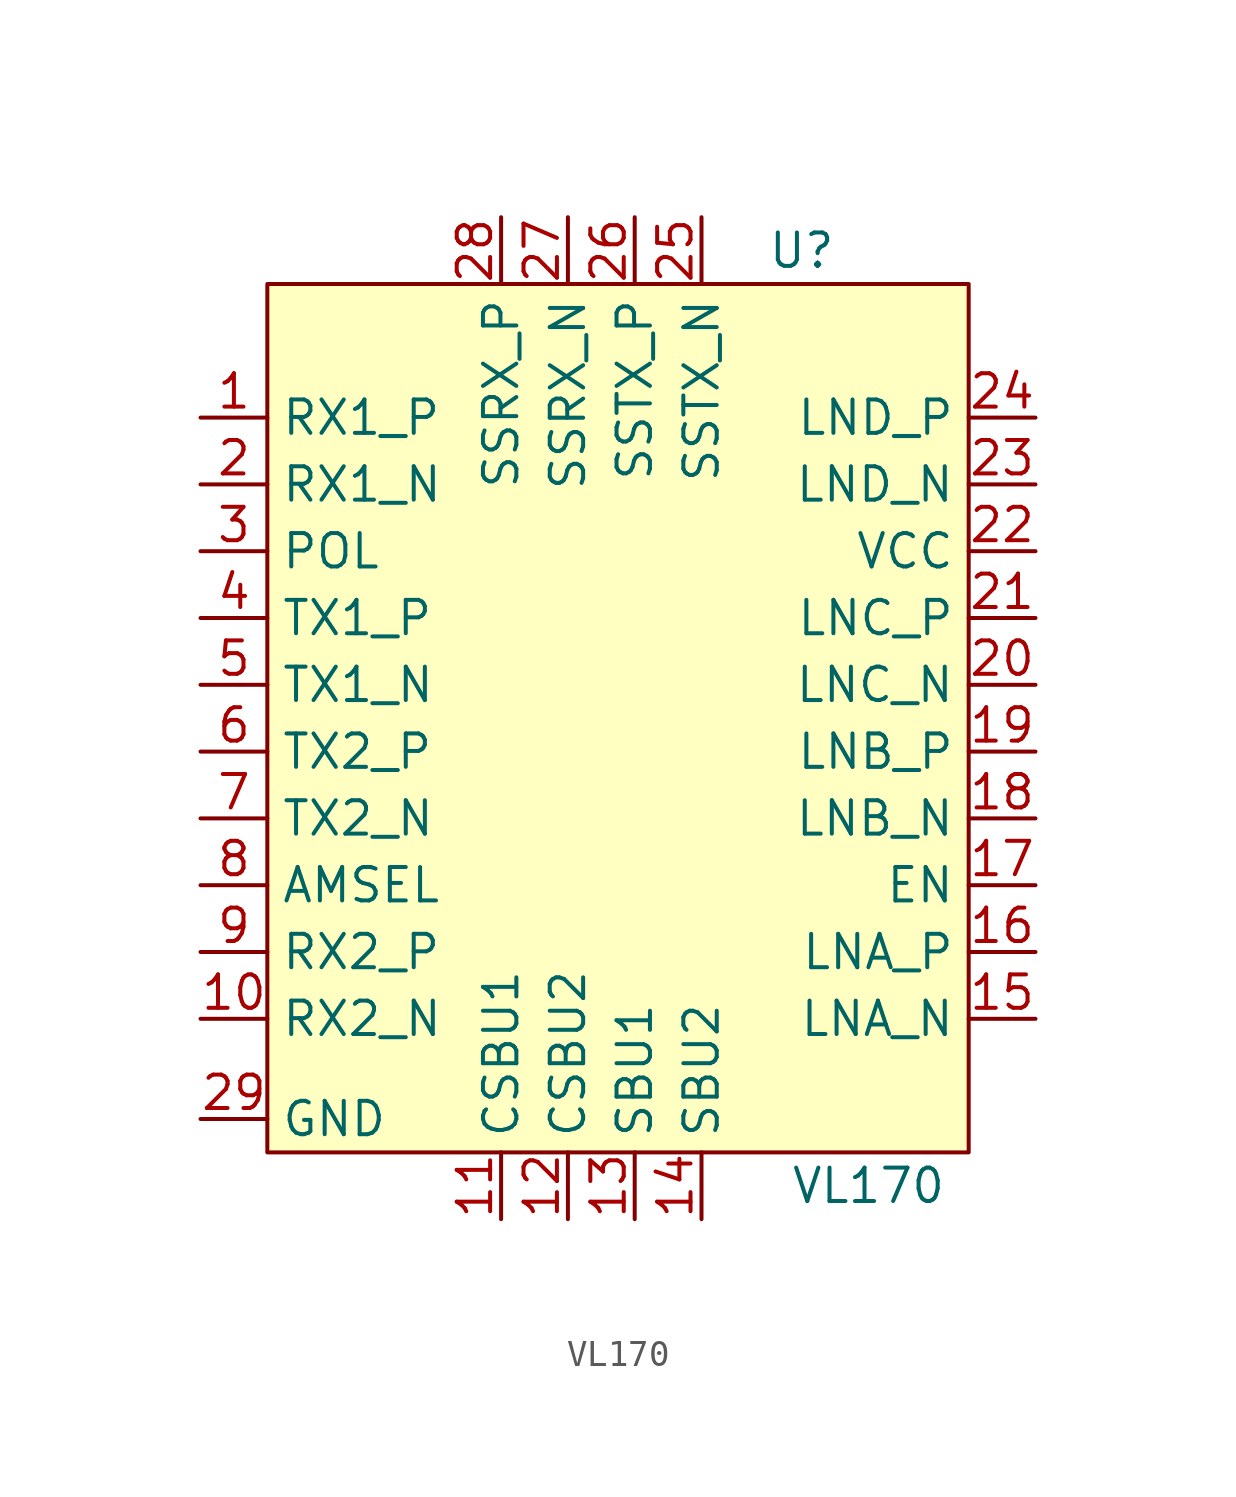
<source format=kicad_sym>
(kicad_symbol_lib
  (version 20211014)
  (generator kicad_symbol_editor)
  (symbol "VL170"
    (property "Reference" "U"
      (at 7.62 17.78 0)
      (effects (font (size 1.27 1.27))))
    (property "Value" "VL170"
      (at 10.16 -17.78 0)
      (effects (font (size 1.27 1.27))))
    (symbol "VL170_0_1"
      (rectangle (start -12.7 16.51) (end 13.97 -16.51) (stroke (width 0.152) (type default) (color 0 0 0 0)) (fill (type background))))
    (symbol "VL170_1_1"
      (pin input line (at -15.24 11.43 0) (length 2.54) (name "RX1_P" (effects (font (size 1.27 1.27)))) (number "1" (effects (font (size 1.27 1.27)))))
      (pin input line (at -15.24 -11.43 0) (length 2.54) (name "RX2_N" (effects (font (size 1.27 1.27)))) (number "10" (effects (font (size 1.27 1.27)))))
      (pin input line (at -3.81 -19.05 90) (length 2.54) (name "CSBU1" (effects (font (size 1.27 1.27)))) (number "11" (effects (font (size 1.27 1.27)))))
      (pin input line (at -1.27 -19.05 90) (length 2.54) (name "CSBU2" (effects (font (size 1.27 1.27)))) (number "12" (effects (font (size 1.27 1.27)))))
      (pin input line (at 1.27 -19.05 90) (length 2.54) (name "SBU1" (effects (font (size 1.27 1.27)))) (number "13" (effects (font (size 1.27 1.27)))))
      (pin input line (at 3.81 -19.05 90) (length 2.54) (name "SBU2" (effects (font (size 1.27 1.27)))) (number "14" (effects (font (size 1.27 1.27)))))
      (pin input line (at 16.51 -11.43 180) (length 2.54) (name "LNA_N" (effects (font (size 1.27 1.27)))) (number "15" (effects (font (size 1.27 1.27)))))
      (pin input line (at 16.51 -8.89 180) (length 2.54) (name "LNA_P" (effects (font (size 1.27 1.27)))) (number "16" (effects (font (size 1.27 1.27)))))
      (pin input line (at 16.51 -6.35 180) (length 2.54) (name "EN" (effects (font (size 1.27 1.27)))) (number "17" (effects (font (size 1.27 1.27)))))
      (pin input line (at 16.51 -3.81 180) (length 2.54) (name "LNB_N" (effects (font (size 1.27 1.27)))) (number "18" (effects (font (size 1.27 1.27)))))
      (pin input line (at 16.51 -1.27 180) (length 2.54) (name "LNB_P" (effects (font (size 1.27 1.27)))) (number "19" (effects (font (size 1.27 1.27)))))
      (pin input line (at -15.24 8.89 0) (length 2.54) (name "RX1_N" (effects (font (size 1.27 1.27)))) (number "2" (effects (font (size 1.27 1.27)))))
      (pin input line (at 16.51 1.27 180) (length 2.54) (name "LNC_N" (effects (font (size 1.27 1.27)))) (number "20" (effects (font (size 1.27 1.27)))))
      (pin input line (at 16.51 3.81 180) (length 2.54) (name "LNC_P" (effects (font (size 1.27 1.27)))) (number "21" (effects (font (size 1.27 1.27)))))
      (pin input line (at 16.51 6.35 180) (length 2.54) (name "VCC" (effects (font (size 1.27 1.27)))) (number "22" (effects (font (size 1.27 1.27)))))
      (pin input line (at 16.51 8.89 180) (length 2.54) (name "LND_N" (effects (font (size 1.27 1.27)))) (number "23" (effects (font (size 1.27 1.27)))))
      (pin input line (at 16.51 11.43 180) (length 2.54) (name "LND_P" (effects (font (size 1.27 1.27)))) (number "24" (effects (font (size 1.27 1.27)))))
      (pin input line (at 3.81 19.05 270) (length 2.54) (name "SSTX_N" (effects (font (size 1.27 1.27)))) (number "25" (effects (font (size 1.27 1.27)))))
      (pin input line (at 1.27 19.05 270) (length 2.54) (name "SSTX_P" (effects (font (size 1.27 1.27)))) (number "26" (effects (font (size 1.27 1.27)))))
      (pin input line (at -1.27 19.05 270) (length 2.54) (name "SSRX_N" (effects (font (size 1.27 1.27)))) (number "27" (effects (font (size 1.27 1.27)))))
      (pin input line (at -3.81 19.05 270) (length 2.54) (name "SSRX_P" (effects (font (size 1.27 1.27)))) (number "28" (effects (font (size 1.27 1.27)))))
      (pin input line (at -15.24 -15.24 0) (length 2.54) (name "GND" (effects (font (size 1.27 1.27)))) (number "29" (effects (font (size 1.27 1.27)))))
      (pin input line (at -15.24 6.35 0) (length 2.54) (name "POL" (effects (font (size 1.27 1.27)))) (number "3" (effects (font (size 1.27 1.27)))))
      (pin input line (at -15.24 3.81 0) (length 2.54) (name "TX1_P" (effects (font (size 1.27 1.27)))) (number "4" (effects (font (size 1.27 1.27)))))
      (pin input line (at -15.24 1.27 0) (length 2.54) (name "TX1_N" (effects (font (size 1.27 1.27)))) (number "5" (effects (font (size 1.27 1.27)))))
      (pin input line (at -15.24 -1.27 0) (length 2.54) (name "TX2_P" (effects (font (size 1.27 1.27)))) (number "6" (effects (font (size 1.27 1.27)))))
      (pin input line (at -15.24 -3.81 0) (length 2.54) (name "TX2_N" (effects (font (size 1.27 1.27)))) (number "7" (effects (font (size 1.27 1.27)))))
      (pin input line (at -15.24 -6.35 0) (length 2.54) (name "AMSEL" (effects (font (size 1.27 1.27)))) (number "8" (effects (font (size 1.27 1.27)))))
      (pin input line (at -15.24 -8.89 0) (length 2.54) (name "RX2_P" (effects (font (size 1.27 1.27)))) (number "9" (effects (font (size 1.27 1.27))))))))
</source>
